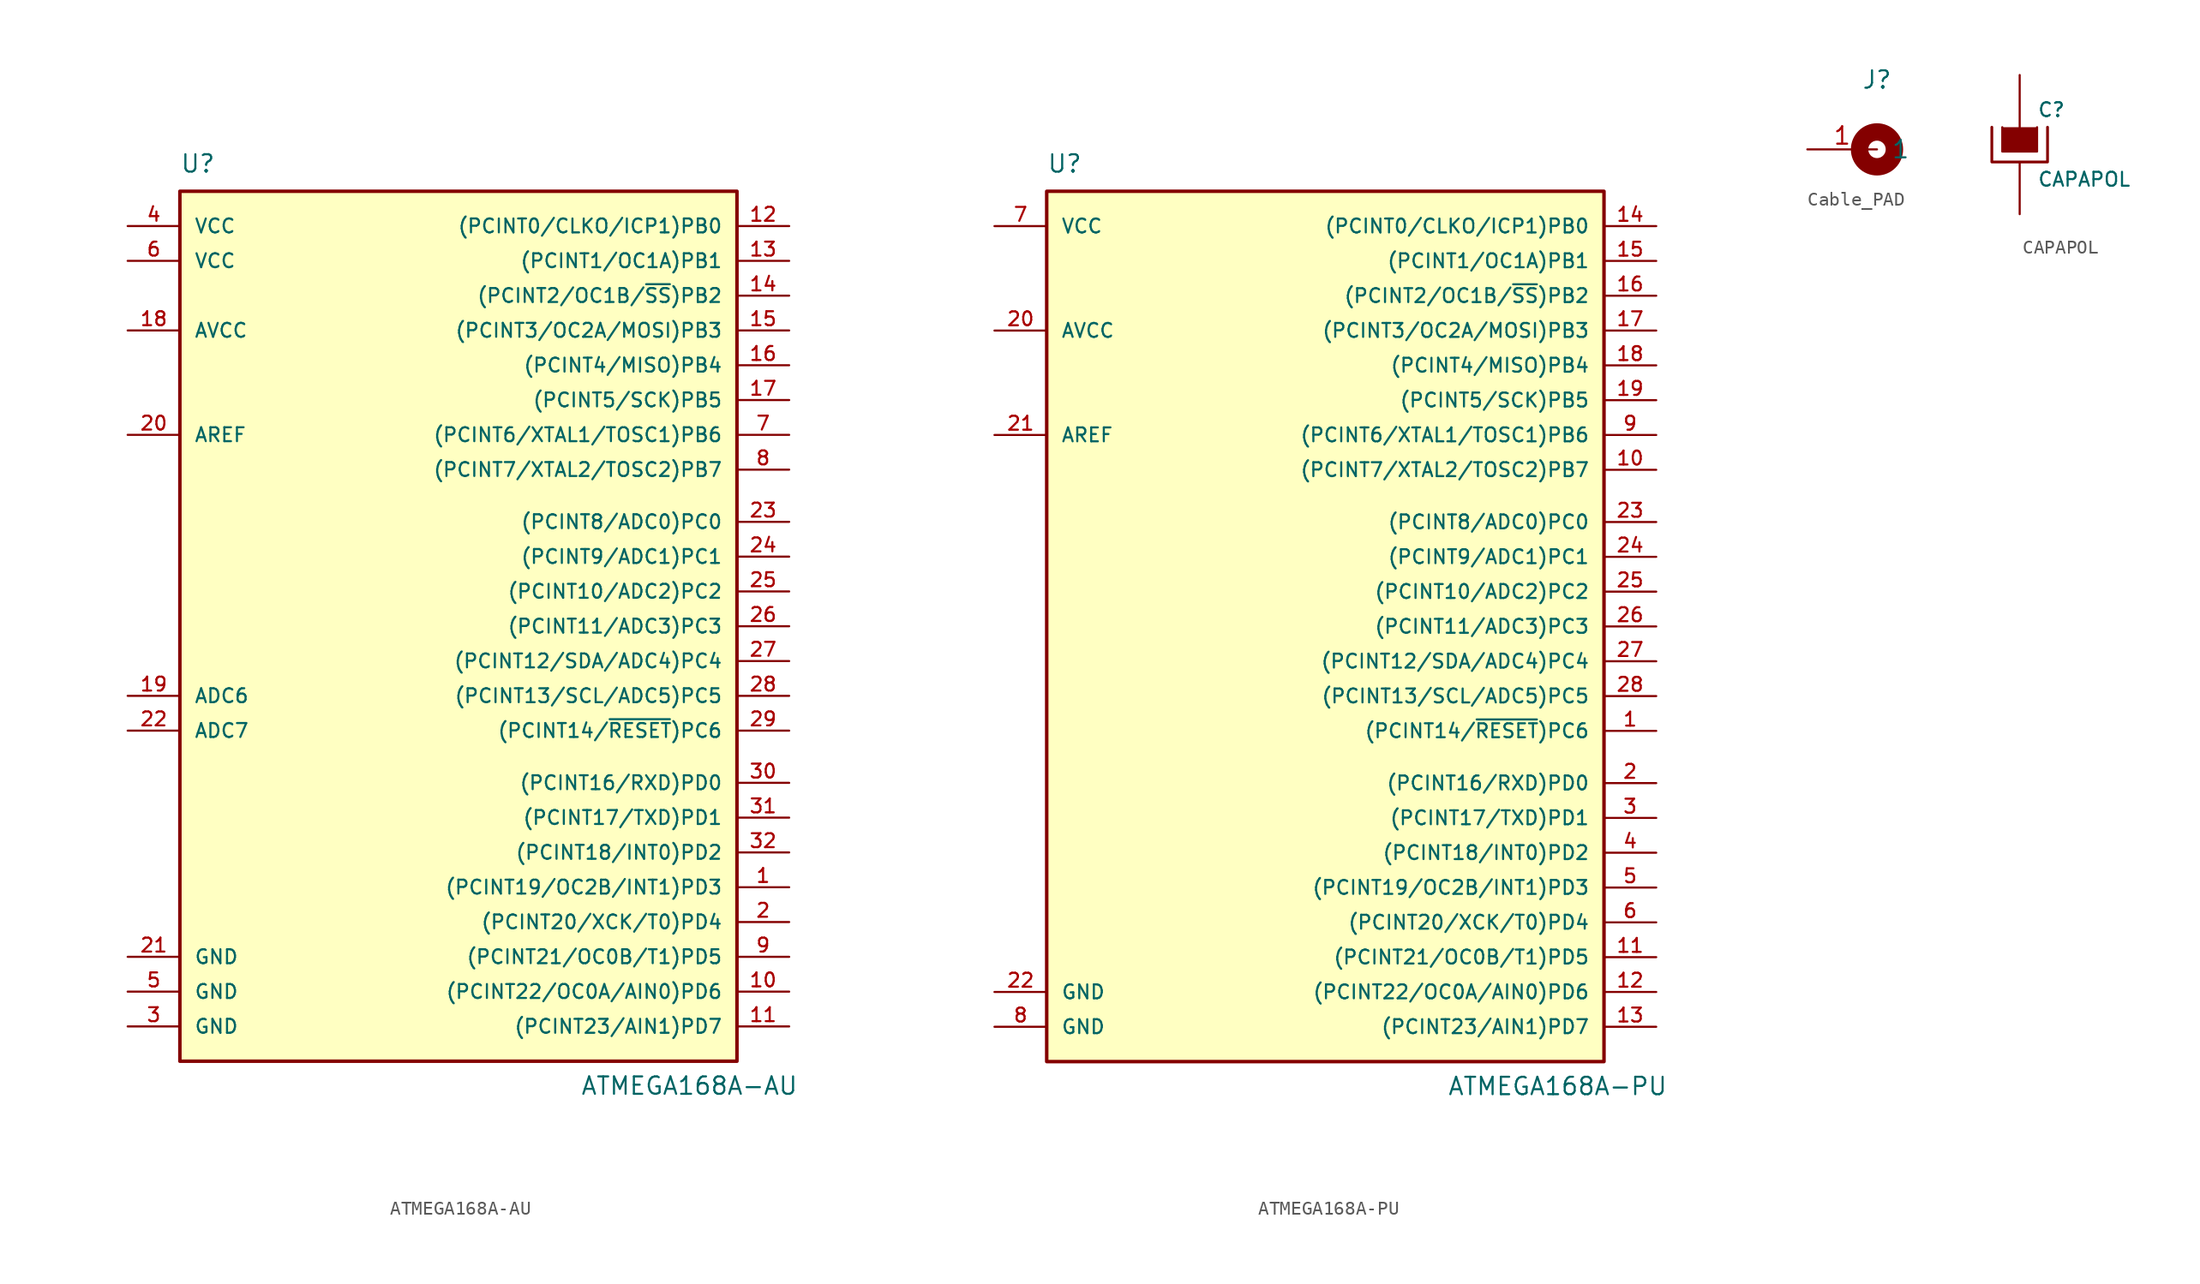
<source format=kicad_sym>
(kicad_symbol_lib
  (version 20211014)
  (generator kicad_symbol_editor)
  (symbol "ATMEGA168A-AU"
    (pin_names
      (offset 1.016))
    (property "Reference" "U"
      (at -19.05 31.75 0)
      (effects (font (size 1.27 1.27)) (justify left bottom)))
    (property "Value" "ATMEGA168A-AU"
      (at 10.16 -35.56 0)
      (effects (font (size 1.27 1.27)) (justify left bottom)))
    (symbol "ATMEGA168A-AU_0_1"
      (rectangle (start -19.05 30.48) (end 21.59 -33.02) (stroke (width 0.254) (type default) (color 0 0 0 0)) (fill (type background))))
    (symbol "ATMEGA168A-AU_1_1"
      (pin bidirectional line (at 25.4 -20.32 180) (length 3.81) (name "(PCINT19/OC2B/INT1)PD3" (effects (font (size 1.016 1.016)))) (number "1" (effects (font (size 1.016 1.016)))))
      (pin bidirectional line (at 25.4 -27.94 180) (length 3.81) (name "(PCINT22/OC0A/AIN0)PD6" (effects (font (size 1.016 1.016)))) (number "10" (effects (font (size 1.016 1.016)))))
      (pin bidirectional line (at 25.4 -30.48 180) (length 3.81) (name "(PCINT23/AIN1)PD7" (effects (font (size 1.016 1.016)))) (number "11" (effects (font (size 1.016 1.016)))))
      (pin bidirectional line (at 25.4 27.94 180) (length 3.81) (name "(PCINT0/CLKO/ICP1)PB0" (effects (font (size 1.016 1.016)))) (number "12" (effects (font (size 1.016 1.016)))))
      (pin bidirectional line (at 25.4 25.4 180) (length 3.81) (name "(PCINT1/OC1A)PB1" (effects (font (size 1.016 1.016)))) (number "13" (effects (font (size 1.016 1.016)))))
      (pin bidirectional line (at 25.4 22.86 180) (length 3.81) (name "(PCINT2/OC1B/~{SS})PB2" (effects (font (size 1.016 1.016)))) (number "14" (effects (font (size 1.016 1.016)))))
      (pin bidirectional line (at 25.4 20.32 180) (length 3.81) (name "(PCINT3/OC2A/MOSI)PB3" (effects (font (size 1.016 1.016)))) (number "15" (effects (font (size 1.016 1.016)))))
      (pin bidirectional line (at 25.4 17.78 180) (length 3.81) (name "(PCINT4/MISO)PB4" (effects (font (size 1.016 1.016)))) (number "16" (effects (font (size 1.016 1.016)))))
      (pin bidirectional line (at 25.4 15.24 180) (length 3.81) (name "(PCINT5/SCK)PB5" (effects (font (size 1.016 1.016)))) (number "17" (effects (font (size 1.016 1.016)))))
      (pin power_in line (at -22.86 20.32 0) (length 3.81) (name "AVCC" (effects (font (size 1.016 1.016)))) (number "18" (effects (font (size 1.016 1.016)))))
      (pin input line (at -22.86 -6.35 0) (length 3.81) (name "ADC6" (effects (font (size 1.016 1.016)))) (number "19" (effects (font (size 1.016 1.016)))))
      (pin bidirectional line (at 25.4 -22.86 180) (length 3.81) (name "(PCINT20/XCK/T0)PD4" (effects (font (size 1.016 1.016)))) (number "2" (effects (font (size 1.016 1.016)))))
      (pin bidirectional line (at -22.86 12.7 0) (length 3.81) (name "AREF" (effects (font (size 1.016 1.016)))) (number "20" (effects (font (size 1.016 1.016)))))
      (pin power_in line (at -22.86 -25.4 0) (length 3.81) (name "GND" (effects (font (size 1.016 1.016)))) (number "21" (effects (font (size 1.016 1.016)))))
      (pin input line (at -22.86 -8.89 0) (length 3.81) (name "ADC7" (effects (font (size 1.016 1.016)))) (number "22" (effects (font (size 1.016 1.016)))))
      (pin bidirectional line (at 25.4 6.35 180) (length 3.81) (name "(PCINT8/ADC0)PC0" (effects (font (size 1.016 1.016)))) (number "23" (effects (font (size 1.016 1.016)))))
      (pin bidirectional line (at 25.4 3.81 180) (length 3.81) (name "(PCINT9/ADC1)PC1" (effects (font (size 1.016 1.016)))) (number "24" (effects (font (size 1.016 1.016)))))
      (pin bidirectional line (at 25.4 1.27 180) (length 3.81) (name "(PCINT10/ADC2)PC2" (effects (font (size 1.016 1.016)))) (number "25" (effects (font (size 1.016 1.016)))))
      (pin bidirectional line (at 25.4 -1.27 180) (length 3.81) (name "(PCINT11/ADC3)PC3" (effects (font (size 1.016 1.016)))) (number "26" (effects (font (size 1.016 1.016)))))
      (pin bidirectional line (at 25.4 -3.81 180) (length 3.81) (name "(PCINT12/SDA/ADC4)PC4" (effects (font (size 1.016 1.016)))) (number "27" (effects (font (size 1.016 1.016)))))
      (pin bidirectional line (at 25.4 -6.35 180) (length 3.81) (name "(PCINT13/SCL/ADC5)PC5" (effects (font (size 1.016 1.016)))) (number "28" (effects (font (size 1.016 1.016)))))
      (pin bidirectional line (at 25.4 -8.89 180) (length 3.81) (name "(PCINT14/~{RESET})PC6" (effects (font (size 1.016 1.016)))) (number "29" (effects (font (size 1.016 1.016)))))
      (pin power_in line (at -22.86 -30.48 0) (length 3.81) (name "GND" (effects (font (size 1.016 1.016)))) (number "3" (effects (font (size 1.016 1.016)))))
      (pin bidirectional line (at 25.4 -12.7 180) (length 3.81) (name "(PCINT16/RXD)PD0" (effects (font (size 1.016 1.016)))) (number "30" (effects (font (size 1.016 1.016)))))
      (pin bidirectional line (at 25.4 -15.24 180) (length 3.81) (name "(PCINT17/TXD)PD1" (effects (font (size 1.016 1.016)))) (number "31" (effects (font (size 1.016 1.016)))))
      (pin bidirectional line (at 25.4 -17.78 180) (length 3.81) (name "(PCINT18/INT0)PD2" (effects (font (size 1.016 1.016)))) (number "32" (effects (font (size 1.016 1.016)))))
      (pin power_in line (at -22.86 27.94 0) (length 3.81) (name "VCC" (effects (font (size 1.016 1.016)))) (number "4" (effects (font (size 1.016 1.016)))))
      (pin power_in line (at -22.86 -27.94 0) (length 3.81) (name "GND" (effects (font (size 1.016 1.016)))) (number "5" (effects (font (size 1.016 1.016)))))
      (pin power_in line (at -22.86 25.4 0) (length 3.81) (name "VCC" (effects (font (size 1.016 1.016)))) (number "6" (effects (font (size 1.016 1.016)))))
      (pin bidirectional line (at 25.4 12.7 180) (length 3.81) (name "(PCINT6/XTAL1/TOSC1)PB6" (effects (font (size 1.016 1.016)))) (number "7" (effects (font (size 1.016 1.016)))))
      (pin bidirectional line (at 25.4 10.16 180) (length 3.81) (name "(PCINT7/XTAL2/TOSC2)PB7" (effects (font (size 1.016 1.016)))) (number "8" (effects (font (size 1.016 1.016)))))
      (pin bidirectional line (at 25.4 -25.4 180) (length 3.81) (name "(PCINT21/OC0B/T1)PD5" (effects (font (size 1.016 1.016)))) (number "9" (effects (font (size 1.016 1.016)))))))
  (symbol "ATMEGA168A-PU"
    (pin_names
      (offset 1.016))
    (property "Reference" "U"
      (at -19.05 31.75 0)
      (effects (font (size 1.27 1.27)) (justify left bottom)))
    (property "Value" "ATMEGA168A-PU"
      (at 10.16 -35.56 0)
      (effects (font (size 1.27 1.27)) (justify left bottom)))
    (symbol "ATMEGA168A-PU_0_1"
      (rectangle (start -19.05 30.48) (end 21.59 -33.02) (stroke (width 0.254) (type default) (color 0 0 0 0)) (fill (type background))))
    (symbol "ATMEGA168A-PU_1_1"
      (pin bidirectional line (at 25.4 -8.89 180) (length 3.81) (name "(PCINT14/~{RESET})PC6" (effects (font (size 1.016 1.016)))) (number "1" (effects (font (size 1.016 1.016)))))
      (pin bidirectional line (at 25.4 10.16 180) (length 3.81) (name "(PCINT7/XTAL2/TOSC2)PB7" (effects (font (size 1.016 1.016)))) (number "10" (effects (font (size 1.016 1.016)))))
      (pin bidirectional line (at 25.4 -25.4 180) (length 3.81) (name "(PCINT21/OC0B/T1)PD5" (effects (font (size 1.016 1.016)))) (number "11" (effects (font (size 1.016 1.016)))))
      (pin bidirectional line (at 25.4 -27.94 180) (length 3.81) (name "(PCINT22/OC0A/AIN0)PD6" (effects (font (size 1.016 1.016)))) (number "12" (effects (font (size 1.016 1.016)))))
      (pin bidirectional line (at 25.4 -30.48 180) (length 3.81) (name "(PCINT23/AIN1)PD7" (effects (font (size 1.016 1.016)))) (number "13" (effects (font (size 1.016 1.016)))))
      (pin bidirectional line (at 25.4 27.94 180) (length 3.81) (name "(PCINT0/CLKO/ICP1)PB0" (effects (font (size 1.016 1.016)))) (number "14" (effects (font (size 1.016 1.016)))))
      (pin bidirectional line (at 25.4 25.4 180) (length 3.81) (name "(PCINT1/OC1A)PB1" (effects (font (size 1.016 1.016)))) (number "15" (effects (font (size 1.016 1.016)))))
      (pin bidirectional line (at 25.4 22.86 180) (length 3.81) (name "(PCINT2/OC1B/~{SS})PB2" (effects (font (size 1.016 1.016)))) (number "16" (effects (font (size 1.016 1.016)))))
      (pin bidirectional line (at 25.4 20.32 180) (length 3.81) (name "(PCINT3/OC2A/MOSI)PB3" (effects (font (size 1.016 1.016)))) (number "17" (effects (font (size 1.016 1.016)))))
      (pin bidirectional line (at 25.4 17.78 180) (length 3.81) (name "(PCINT4/MISO)PB4" (effects (font (size 1.016 1.016)))) (number "18" (effects (font (size 1.016 1.016)))))
      (pin bidirectional line (at 25.4 15.24 180) (length 3.81) (name "(PCINT5/SCK)PB5" (effects (font (size 1.016 1.016)))) (number "19" (effects (font (size 1.016 1.016)))))
      (pin bidirectional line (at 25.4 -12.7 180) (length 3.81) (name "(PCINT16/RXD)PD0" (effects (font (size 1.016 1.016)))) (number "2" (effects (font (size 1.016 1.016)))))
      (pin power_in line (at -22.86 20.32 0) (length 3.81) (name "AVCC" (effects (font (size 1.016 1.016)))) (number "20" (effects (font (size 1.016 1.016)))))
      (pin bidirectional line (at -22.86 12.7 0) (length 3.81) (name "AREF" (effects (font (size 1.016 1.016)))) (number "21" (effects (font (size 1.016 1.016)))))
      (pin power_in line (at -22.86 -27.94 0) (length 3.81) (name "GND" (effects (font (size 1.016 1.016)))) (number "22" (effects (font (size 1.016 1.016)))))
      (pin bidirectional line (at 25.4 6.35 180) (length 3.81) (name "(PCINT8/ADC0)PC0" (effects (font (size 1.016 1.016)))) (number "23" (effects (font (size 1.016 1.016)))))
      (pin bidirectional line (at 25.4 3.81 180) (length 3.81) (name "(PCINT9/ADC1)PC1" (effects (font (size 1.016 1.016)))) (number "24" (effects (font (size 1.016 1.016)))))
      (pin bidirectional line (at 25.4 1.27 180) (length 3.81) (name "(PCINT10/ADC2)PC2" (effects (font (size 1.016 1.016)))) (number "25" (effects (font (size 1.016 1.016)))))
      (pin bidirectional line (at 25.4 -1.27 180) (length 3.81) (name "(PCINT11/ADC3)PC3" (effects (font (size 1.016 1.016)))) (number "26" (effects (font (size 1.016 1.016)))))
      (pin bidirectional line (at 25.4 -3.81 180) (length 3.81) (name "(PCINT12/SDA/ADC4)PC4" (effects (font (size 1.016 1.016)))) (number "27" (effects (font (size 1.016 1.016)))))
      (pin bidirectional line (at 25.4 -6.35 180) (length 3.81) (name "(PCINT13/SCL/ADC5)PC5" (effects (font (size 1.016 1.016)))) (number "28" (effects (font (size 1.016 1.016)))))
      (pin bidirectional line (at 25.4 -15.24 180) (length 3.81) (name "(PCINT17/TXD)PD1" (effects (font (size 1.016 1.016)))) (number "3" (effects (font (size 1.016 1.016)))))
      (pin bidirectional line (at 25.4 -17.78 180) (length 3.81) (name "(PCINT18/INT0)PD2" (effects (font (size 1.016 1.016)))) (number "4" (effects (font (size 1.016 1.016)))))
      (pin bidirectional line (at 25.4 -20.32 180) (length 3.81) (name "(PCINT19/OC2B/INT1)PD3" (effects (font (size 1.016 1.016)))) (number "5" (effects (font (size 1.016 1.016)))))
      (pin bidirectional line (at 25.4 -22.86 180) (length 3.81) (name "(PCINT20/XCK/T0)PD4" (effects (font (size 1.016 1.016)))) (number "6" (effects (font (size 1.016 1.016)))))
      (pin power_in line (at -22.86 27.94 0) (length 3.81) (name "VCC" (effects (font (size 1.016 1.016)))) (number "7" (effects (font (size 1.016 1.016)))))
      (pin power_in line (at -22.86 -30.48 0) (length 3.81) (name "GND" (effects (font (size 1.016 1.016)))) (number "8" (effects (font (size 1.016 1.016)))))
      (pin bidirectional line (at 25.4 12.7 180) (length 3.81) (name "(PCINT6/XTAL1/TOSC1)PB6" (effects (font (size 1.016 1.016)))) (number "9" (effects (font (size 1.016 1.016)))))))
  (symbol "Cable_PAD"
    (pin_names
      (offset 1.016))
    (property "Reference" "J"
      (at 0 5.08 0)
      (effects (font (size 1.27 1.27))))
    (symbol "Cable_PAD_0_1"
      (circle (center 0 0) (radius 1.27) (stroke (width 1.27) (type default) (color 0 0 0 0)) (fill (type none))))
    (symbol "Cable_PAD_1_1"
      (pin input line (at -5.08 0 0) (length 5.08) (name "1" (effects (font (size 1.27 1.27)))) (number "1" (effects (font (size 1.27 1.27)))))))
  (symbol "CAPAPOL"
    (pin_numbers hide)
    (pin_names
      (offset 0.254) hide)
    (property "Reference" "C"
      (at 1.27 2.54 0)
      (effects (font (size 1.016 1.016)) (justify left)))
    (property "Value" "CAPAPOL"
      (at 1.27 -2.54 0)
      (effects (font (size 1.016 1.016)) (justify left)))
    (property "Footprint" ""
      (at 2.54 -3.81 0)
      (effects (font (size 0.762 0.762))))
    (property "Datasheet" ""
      (at 0 0 0)
      (effects (font (size 7.62 7.62))))
    (symbol "CAPAPOL_0_1"
      (polyline (pts (xy -2.032 1.27) (xy -2.032 -1.27) (xy 2.032 -1.27) (xy 2.032 1.27)) (stroke (width 0.203) (type default) (color 0 0 0 0)) (fill (type none)))
      (polyline (pts (xy -1.27 1.27) (xy -1.27 -0.508) (xy 1.27 -0.508) (xy 1.27 1.27)) (stroke (width 0) (type default) (color 0 0 0 0)) (fill (type outline))))
    (symbol "CAPAPOL_1_1"
      (pin passive line (at 0 5.08 270) (length 3.81) (name "~" (effects (font (size 1.016 1.016)))) (number "1" (effects (font (size 1.016 1.016)))))
      (pin passive line (at 0 -5.08 90) (length 3.81) (name "~" (effects (font (size 1.016 1.016)))) (number "2" (effects (font (size 1.016 1.016))))))))
</source>
